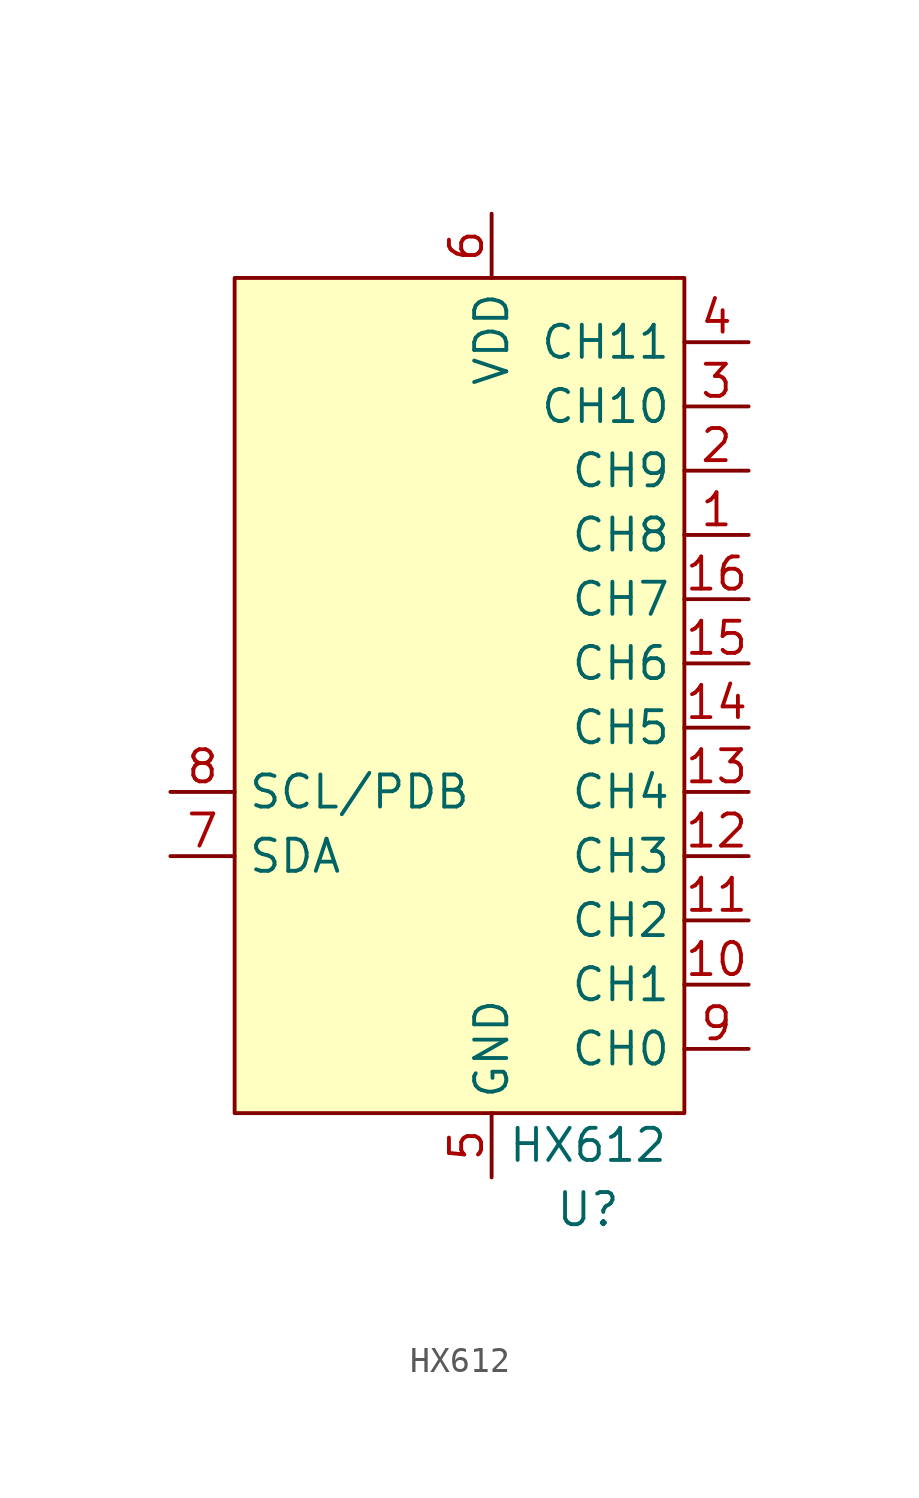
<source format=kicad_sym>
(kicad_symbol_lib
  (version 20220914)
  (generator kicad_symbol_editor)
  (symbol "HX612"
    (property "Reference" "U"
      (at 3.81 -20.32 0)
      (effects (font (size 1.27 1.27))))
    (property "Value" "HX612"
      (at 3.81 -17.78 0)
      (effects (font (size 1.27 1.27))))
    (symbol "HX612_0_0"
      (pin unspecified line (at 10.16 6.35 180) (length 2.54) (name "CH8" (effects (font (size 1.27 1.27)))) (number "1" (effects (font (size 1.27 1.27)))))
      (pin unspecified line (at 10.16 -11.43 180) (length 2.54) (name "CH1" (effects (font (size 1.27 1.27)))) (number "10" (effects (font (size 1.27 1.27)))))
      (pin unspecified line (at 10.16 -8.89 180) (length 2.54) (name "CH2" (effects (font (size 1.27 1.27)))) (number "11" (effects (font (size 1.27 1.27)))))
      (pin unspecified line (at 10.16 -6.35 180) (length 2.54) (name "CH3" (effects (font (size 1.27 1.27)))) (number "12" (effects (font (size 1.27 1.27)))))
      (pin unspecified line (at 10.16 -3.81 180) (length 2.54) (name "CH4" (effects (font (size 1.27 1.27)))) (number "13" (effects (font (size 1.27 1.27)))))
      (pin unspecified line (at 10.16 -1.27 180) (length 2.54) (name "CH5" (effects (font (size 1.27 1.27)))) (number "14" (effects (font (size 1.27 1.27)))))
      (pin unspecified line (at 10.16 1.27 180) (length 2.54) (name "CH6" (effects (font (size 1.27 1.27)))) (number "15" (effects (font (size 1.27 1.27)))))
      (pin unspecified line (at 10.16 3.81 180) (length 2.54) (name "CH7" (effects (font (size 1.27 1.27)))) (number "16" (effects (font (size 1.27 1.27)))))
      (pin unspecified line (at 10.16 8.89 180) (length 2.54) (name "CH9" (effects (font (size 1.27 1.27)))) (number "2" (effects (font (size 1.27 1.27)))))
      (pin unspecified line (at 10.16 11.43 180) (length 2.54) (name "CH10" (effects (font (size 1.27 1.27)))) (number "3" (effects (font (size 1.27 1.27)))))
      (pin unspecified line (at 10.16 13.97 180) (length 2.54) (name "CH11" (effects (font (size 1.27 1.27)))) (number "4" (effects (font (size 1.27 1.27)))))
      (pin unspecified line (at 0 -19.05 90) (length 2.54) (name "GND" (effects (font (size 1.27 1.27)))) (number "5" (effects (font (size 1.27 1.27)))))
      (pin unspecified line (at 0 19.05 270) (length 2.54) (name "VDD" (effects (font (size 1.27 1.27)))) (number "6" (effects (font (size 1.27 1.27)))))
      (pin unspecified line (at -12.7 -6.35 0) (length 2.54) (name "SDA" (effects (font (size 1.27 1.27)))) (number "7" (effects (font (size 1.27 1.27)))))
      (pin unspecified line (at -12.7 -3.81 0) (length 2.54) (name "SCL/PDB" (effects (font (size 1.27 1.27)))) (number "8" (effects (font (size 1.27 1.27)))))
      (pin unspecified line (at 10.16 -13.97 180) (length 2.54) (name "CH0" (effects (font (size 1.27 1.27)))) (number "9" (effects (font (size 1.27 1.27))))))
    (symbol "HX612_0_1"
      (rectangle (start -10.16 16.51) (end 7.62 -16.51) (stroke (width 0) (type default)) (fill (type background))))))
</source>
